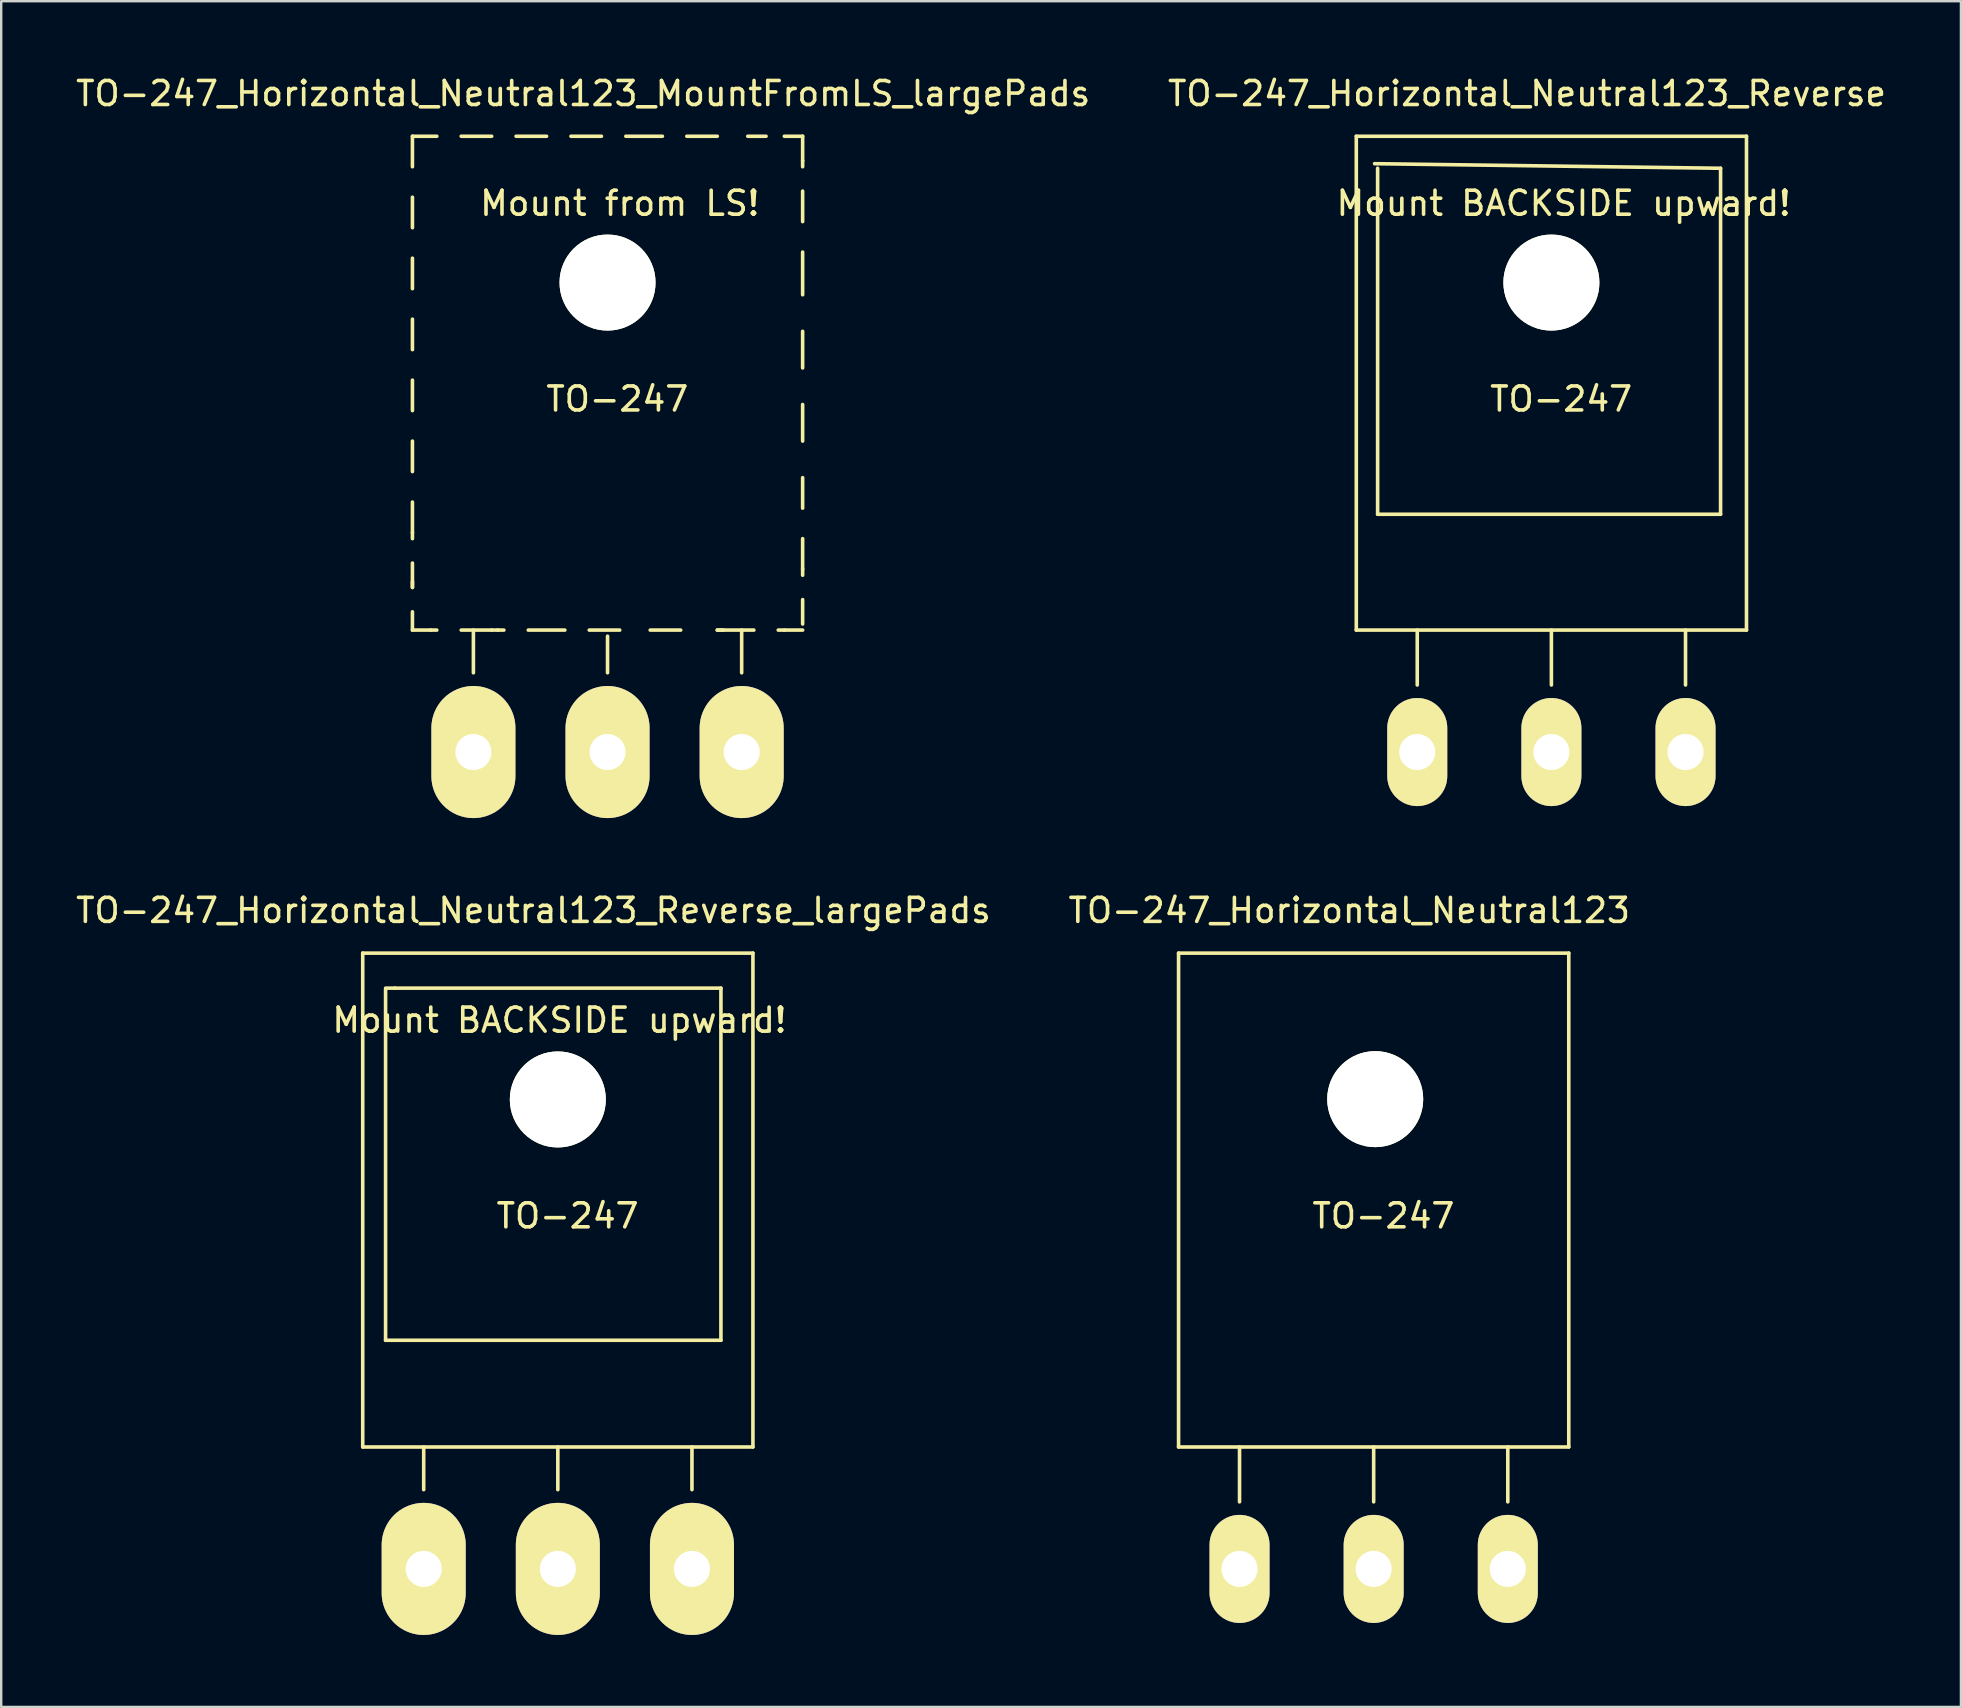
<source format=kicad_pcb>
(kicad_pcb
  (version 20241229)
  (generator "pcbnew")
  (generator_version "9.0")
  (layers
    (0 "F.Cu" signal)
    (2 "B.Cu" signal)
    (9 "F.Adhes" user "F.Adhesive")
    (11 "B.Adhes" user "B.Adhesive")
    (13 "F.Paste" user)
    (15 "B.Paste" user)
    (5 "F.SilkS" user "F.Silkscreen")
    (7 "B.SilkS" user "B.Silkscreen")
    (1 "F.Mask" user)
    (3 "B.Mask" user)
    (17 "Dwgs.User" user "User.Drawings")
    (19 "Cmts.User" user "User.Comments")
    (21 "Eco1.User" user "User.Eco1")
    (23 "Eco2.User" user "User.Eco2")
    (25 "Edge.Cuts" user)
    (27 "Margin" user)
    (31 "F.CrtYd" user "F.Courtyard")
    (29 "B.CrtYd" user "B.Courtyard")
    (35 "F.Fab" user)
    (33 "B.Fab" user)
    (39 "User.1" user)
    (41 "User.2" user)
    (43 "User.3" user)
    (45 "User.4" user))
  (footprint "TO-247_Horizontal_Neutral123_MountFromLS_largePads"
    (layer "F.Cu")
    (at 22.26 28.28)
    (property "Reference" "TO-247_Horizontal_Neutral123_MountFromLS_largePads" (at -1.016 -27.432 0) (layer "F.SilkS") (effects (font (size 1 1) (thickness 0.15))))
    (attr through_hole)
    (fp_line (start -8.128 -25.654) (end -8.128 -24.384) (stroke (width 0.15) (type solid)) (layer "F.SilkS"))
    (fp_line (start -8.128 -25.654) (end -7.112 -25.654) (stroke (width 0.15) (type solid)) (layer "F.SilkS"))
    (fp_line (start -8.128 -23.114) (end -8.128 -21.844) (stroke (width 0.15) (type solid)) (layer "F.SilkS"))
    (fp_line (start -8.128 -20.574) (end -8.128 -19.304) (stroke (width 0.15) (type solid)) (layer "F.SilkS"))
    (fp_line (start -8.128 -18.034) (end -8.128 -16.764) (stroke (width 0.15) (type solid)) (layer "F.SilkS"))
    (fp_line (start -8.128 -15.494) (end -8.128 -14.224) (stroke (width 0.15) (type solid)) (layer "F.SilkS"))
    (fp_line (start -8.128 -12.954) (end -8.128 -11.684) (stroke (width 0.15) (type solid)) (layer "F.SilkS"))
    (fp_line (start -8.128 -10.414) (end -8.128 -9.144) (stroke (width 0.15) (type solid)) (layer "F.SilkS"))
    (fp_line (start -8.128 -9.144) (end -8.128 -8.89) (stroke (width 0.15) (type solid)) (layer "F.SilkS"))
    (fp_line (start -8.128 -7.874) (end -8.128 -6.858) (stroke (width 0.15) (type solid)) (layer "F.SilkS"))
    (fp_line (start -8.128 -6.858) (end -8.128 -7.112) (stroke (width 0.15) (type solid)) (layer "F.SilkS"))
    (fp_line (start -8.128 -5.842) (end -8.128 -5.08) (stroke (width 0.15) (type solid)) (layer "F.SilkS"))
    (fp_line (start -8.128 -5.08) (end -7.366 -5.08) (stroke (width 0.15) (type solid)) (layer "F.SilkS"))
    (fp_line (start -7.366 -5.08) (end -7.112 -5.08) (stroke (width 0.15) (type solid)) (layer "F.SilkS"))
    (fp_line (start -6.096 -25.654) (end -4.826 -25.654) (stroke (width 0.15) (type solid)) (layer "F.SilkS"))
    (fp_line (start -6.096 -5.08) (end -4.826 -5.08) (stroke (width 0.15) (type solid)) (layer "F.SilkS"))
    (fp_line (start -5.588 -3.302) (end -5.588 -5.08) (stroke (width 0.15) (type solid)) (layer "F.SilkS"))
    (fp_line (start -4.826 -5.08) (end -4.572 -5.08) (stroke (width 0.15) (type solid)) (layer "F.SilkS"))
    (fp_line (start -4.572 -5.08) (end -4.318 -5.08) (stroke (width 0.15) (type solid)) (layer "F.SilkS"))
    (fp_line (start -3.81 -25.654) (end -2.54 -25.654) (stroke (width 0.15) (type solid)) (layer "F.SilkS"))
    (fp_line (start -3.302 -5.08) (end -1.778 -5.08) (stroke (width 0.15) (type solid)) (layer "F.SilkS"))
    (fp_line (start -1.524 -25.654) (end -0.254 -25.654) (stroke (width 0.15) (type solid)) (layer "F.SilkS"))
    (fp_line (start -0.762 -5.08) (end 0.508 -5.08) (stroke (width 0.15) (type solid)) (layer "F.SilkS"))
    (fp_line (start 0 -3.302) (end 0 -4.826) (stroke (width 0.15) (type solid)) (layer "F.SilkS"))
    (fp_line (start 0.762 -25.654) (end 2.286 -25.654) (stroke (width 0.15) (type solid)) (layer "F.SilkS"))
    (fp_line (start 1.778 -5.08) (end 3.048 -5.08) (stroke (width 0.15) (type solid)) (layer "F.SilkS"))
    (fp_line (start 3.302 -25.654) (end 4.572 -25.654) (stroke (width 0.15) (type solid)) (layer "F.SilkS"))
    (fp_line (start 4.572 -5.08) (end 4.826 -5.08) (stroke (width 0.15) (type solid)) (layer "F.SilkS"))
    (fp_line (start 5.588 -3.302) (end 5.588 -5.08) (stroke (width 0.15) (type solid)) (layer "F.SilkS"))
    (fp_line (start 5.842 -25.654) (end 6.604 -25.654) (stroke (width 0.15) (type solid)) (layer "F.SilkS"))
    (fp_line (start 6.096 -5.08) (end 4.572 -5.08) (stroke (width 0.15) (type solid)) (layer "F.SilkS"))
    (fp_line (start 7.366 -25.654) (end 8.128 -25.654) (stroke (width 0.15) (type solid)) (layer "F.SilkS"))
    (fp_line (start 7.366 -5.08) (end 7.112 -5.08) (stroke (width 0.15) (type solid)) (layer "F.SilkS"))
    (fp_line (start 8.128 -25.654) (end 8.128 -24.638) (stroke (width 0.15) (type solid)) (layer "F.SilkS"))
    (fp_line (start 8.128 -24.638) (end 8.128 -24.384) (stroke (width 0.15) (type solid)) (layer "F.SilkS"))
    (fp_line (start 8.128 -23.368) (end 8.128 -22.098) (stroke (width 0.15) (type solid)) (layer "F.SilkS"))
    (fp_line (start 8.128 -20.828) (end 8.128 -19.05) (stroke (width 0.15) (type solid)) (layer "F.SilkS"))
    (fp_line (start 8.128 -17.526) (end 8.128 -16.002) (stroke (width 0.15) (type solid)) (layer "F.SilkS"))
    (fp_line (start 8.128 -14.478) (end 8.128 -12.954) (stroke (width 0.15) (type solid)) (layer "F.SilkS"))
    (fp_line (start 8.128 -11.43) (end 8.128 -10.16) (stroke (width 0.15) (type solid)) (layer "F.SilkS"))
    (fp_line (start 8.128 -8.89) (end 8.128 -7.62) (stroke (width 0.15) (type solid)) (layer "F.SilkS"))
    (fp_line (start 8.128 -7.62) (end 8.128 -7.366) (stroke (width 0.15) (type solid)) (layer "F.SilkS"))
    (fp_line (start 8.128 -6.35) (end 8.128 -5.334) (stroke (width 0.15) (type solid)) (layer "F.SilkS"))
    (fp_line (start 8.128 -5.08) (end 7.366 -5.08) (stroke (width 0.15) (type solid)) (layer "F.SilkS"))
    (fp_circle (center 0 -19.558) (end 1.778 -19.558) (stroke (width 0.15) (type solid)) (fill no) (layer "F.SilkS"))
    (fp_text user "TO-247" (at 0.406 -14.707 0) (layer "F.SilkS") (effects (font (size 1 1) (thickness 0.15))))
    (fp_text user "Mount from LS!" (at 0.508 -22.86 0) (layer "F.SilkS") (effects (font (size 1 1) (thickness 0.15))))
    (pad "" np_thru_hole circle (at 0 -19.558) (size 4 4) (drill 4) (layers "*.Cu" "*.Mask" "F.SilkS"))
    (pad "1" thru_hole oval (at 5.588 0 90) (size 5.502 3.5) (drill 1.501) (layers "*.Cu" "*.Mask" "F.SilkS"))
    (pad "2" thru_hole oval (at 0 0 90) (size 5.502 3.5) (drill 1.501) (layers "*.Cu" "*.Mask" "F.SilkS"))
    (pad "3" thru_hole oval (at -5.588 0 90) (size 5.502 3.5) (drill 1.501) (layers "*.Cu" "*.Mask" "F.SilkS")))
  (footprint "TO-247_Horizontal_Neutral123"
    (layer "F.Cu")
    (at 54.177 62.311)
    (property "Reference" "TO-247_Horizontal_Neutral123" (at -1.016 -27.432 0) (layer "F.SilkS") (effects (font (size 1 1) (thickness 0.15))))
    (attr through_hole)
    (fp_line (start -8.128 -25.654) (end 8.128 -25.654) (stroke (width 0.15) (type solid)) (layer "F.SilkS"))
    (fp_line (start -8.128 -5.08) (end -8.128 -25.654) (stroke (width 0.15) (type solid)) (layer "F.SilkS"))
    (fp_line (start -5.588 -2.794) (end -5.588 -5.08) (stroke (width 0.15) (type solid)) (layer "F.SilkS"))
    (fp_line (start 0 -2.794) (end 0 -5.08) (stroke (width 0.15) (type solid)) (layer "F.SilkS"))
    (fp_line (start 5.588 -2.794) (end 5.588 -5.08) (stroke (width 0.15) (type solid)) (layer "F.SilkS"))
    (fp_line (start 8.128 -25.654) (end 8.128 -5.08) (stroke (width 0.15) (type solid)) (layer "F.SilkS"))
    (fp_line (start 8.128 -5.08) (end -8.128 -5.08) (stroke (width 0.15) (type solid)) (layer "F.SilkS"))
    (fp_circle (center 0 -19.558) (end 1.778 -19.558) (stroke (width 0.15) (type solid)) (fill no) (layer "F.SilkS"))
    (fp_text user "TO-247" (at 0.406 -14.707 0) (layer "F.SilkS") (effects (font (size 1 1) (thickness 0.15))))
    (pad "" np_thru_hole circle (at 0.064 -19.571) (size 4 4) (drill 4) (layers "*.Cu" "*.Mask" "F.SilkS"))
    (pad "1" thru_hole oval (at -5.588 0 90) (size 4.501 2.499) (drill 1.501) (layers "*.Cu" "*.Mask" "F.SilkS"))
    (pad "2" thru_hole oval (at 0 0 90) (size 4.501 2.499) (drill 1.501) (layers "*.Cu" "*.Mask" "F.SilkS"))
    (pad "3" thru_hole oval (at 5.588 0 90) (size 4.501 2.499) (drill 1.501) (layers "*.Cu" "*.Mask" "F.SilkS")))
  (footprint "TO-247_Horizontal_Neutral123_Reverse_largePads"
    (layer "F.Cu")
    (at 20.189 62.311)
    (property "Reference" "TO-247_Horizontal_Neutral123_Reverse_largePads" (at -1.016 -27.432 0) (layer "F.SilkS") (effects (font (size 1 1) (thickness 0.15))))
    (attr through_hole)
    (fp_line (start -8.128 -25.654) (end -8.128 -5.08) (stroke (width 0.15) (type solid)) (layer "F.SilkS"))
    (fp_line (start -8.128 -5.08) (end 8.128 -5.08) (stroke (width 0.15) (type solid)) (layer "F.SilkS"))
    (fp_line (start -7.176 -9.525) (end -7.176 -24.13) (stroke (width 0.15) (type solid)) (layer "F.SilkS"))
    (fp_line (start -6.795 -24.194) (end -7.176 -24.194) (stroke (width 0.15) (type solid)) (layer "F.SilkS"))
    (fp_line (start -6.795 -24.194) (end 6.795 -24.194) (stroke (width 0.15) (type solid)) (layer "F.SilkS"))
    (fp_line (start -5.588 -3.302) (end -5.588 -5.08) (stroke (width 0.15) (type solid)) (layer "F.SilkS"))
    (fp_line (start 0 -5.08) (end 0 -3.302) (stroke (width 0.15) (type solid)) (layer "F.SilkS"))
    (fp_line (start 5.588 -5.08) (end 5.588 -3.302) (stroke (width 0.15) (type solid)) (layer "F.SilkS"))
    (fp_line (start 6.795 -24.194) (end 6.795 -9.525) (stroke (width 0.15) (type solid)) (layer "F.SilkS"))
    (fp_line (start 6.795 -9.525) (end -7.176 -9.525) (stroke (width 0.15) (type solid)) (layer "F.SilkS"))
    (fp_line (start 8.128 -25.654) (end -8.128 -25.654) (stroke (width 0.15) (type solid)) (layer "F.SilkS"))
    (fp_line (start 8.128 -25.654) (end 8.128 -5.08) (stroke (width 0.15) (type solid)) (layer "F.SilkS"))
    (fp_circle (center 0 -19.558) (end 1.778 -19.558) (stroke (width 0.15) (type solid)) (fill no) (layer "F.SilkS"))
    (fp_text user "Mount BACKSIDE upward!" (at 0.064 -22.86 0) (layer "F.SilkS") (effects (font (size 1 1) (thickness 0.15))))
    (fp_text user "TO-247" (at 0.406 -14.707 0) (layer "F.SilkS") (effects (font (size 1 1) (thickness 0.15))))
    (pad "" np_thru_hole circle (at 0 -19.558) (size 4 4) (drill 4) (layers "*.Cu" "*.Mask" "F.SilkS"))
    (pad "1" thru_hole oval (at 5.588 0 90) (size 5.502 3.5) (drill 1.501) (layers "*.Cu" "*.Mask" "F.SilkS"))
    (pad "2" thru_hole oval (at 0 0 90) (size 5.502 3.498) (drill 1.501) (layers "*.Cu" "*.Mask" "F.SilkS"))
    (pad "3" thru_hole oval (at -5.588 0 90) (size 5.502 3.5) (drill 1.501) (layers "*.Cu" "*.Mask" "F.SilkS")))
  (footprint "TO-247_Horizontal_Neutral123_Reverse"
    (layer "F.Cu")
    (at 61.581 28.28)
    (property "Reference" "TO-247_Horizontal_Neutral123_Reverse" (at -1.016 -27.432 0) (layer "F.SilkS") (effects (font (size 1 1) (thickness 0.15))))
    (attr through_hole)
    (fp_line (start -8.128 -25.654) (end -8.128 -5.08) (stroke (width 0.15) (type solid)) (layer "F.SilkS"))
    (fp_line (start -8.128 -5.08) (end 8.128 -5.08) (stroke (width 0.15) (type solid)) (layer "F.SilkS"))
    (fp_line (start -7.366 -24.511) (end 7.048 -24.32) (stroke (width 0.15) (type solid)) (layer "F.SilkS"))
    (fp_line (start -7.239 -9.906) (end -7.239 -24.32) (stroke (width 0.15) (type solid)) (layer "F.SilkS"))
    (fp_line (start -5.588 -2.794) (end -5.588 -5.08) (stroke (width 0.15) (type solid)) (layer "F.SilkS"))
    (fp_line (start 0 -2.794) (end 0 -5.08) (stroke (width 0.15) (type solid)) (layer "F.SilkS"))
    (fp_line (start 5.588 -2.794) (end 5.588 -5.08) (stroke (width 0.15) (type solid)) (layer "F.SilkS"))
    (fp_line (start 7.048 -24.32) (end 7.048 -9.906) (stroke (width 0.15) (type solid)) (layer "F.SilkS"))
    (fp_line (start 7.048 -9.906) (end -7.239 -9.906) (stroke (width 0.15) (type solid)) (layer "F.SilkS"))
    (fp_line (start 8.128 -25.654) (end -8.128 -25.654) (stroke (width 0.15) (type solid)) (layer "F.SilkS"))
    (fp_line (start 8.128 -25.654) (end 8.128 -5.08) (stroke (width 0.15) (type solid)) (layer "F.SilkS"))
    (fp_circle (center 0 -19.558) (end 1.778 -19.558) (stroke (width 0.15) (type solid)) (fill no) (layer "F.SilkS"))
    (fp_text user "TO-247" (at 0.406 -14.707 0) (layer "F.SilkS") (effects (font (size 1 1) (thickness 0.15))))
    (fp_text user "Mount BACKSIDE upward!" (at 0.508 -22.86 0) (layer "F.SilkS") (effects (font (size 1 1) (thickness 0.15))))
    (pad "" np_thru_hole circle (at 0 -19.558) (size 4 4) (drill 4) (layers "*.Cu" "*.Mask" "F.SilkS"))
    (pad "1" thru_hole oval (at 5.588 0 90) (size 4.501 2.499) (drill 1.501) (layers "*.Cu" "*.Mask" "F.SilkS"))
    (pad "2" thru_hole oval (at 0 0 90) (size 4.501 2.499) (drill 1.501) (layers "*.Cu" "*.Mask" "F.SilkS"))
    (pad "3" thru_hole oval (at -5.588 0 90) (size 4.501 2.499) (drill 1.501) (layers "*.Cu" "*.Mask" "F.SilkS")))
  (gr_rect
    (start -3 -3)
    (end 78.643 68.062)
    (stroke (width 0.1) (type default))
    (fill no)
    (layer "Edge.Cuts")))
</source>
